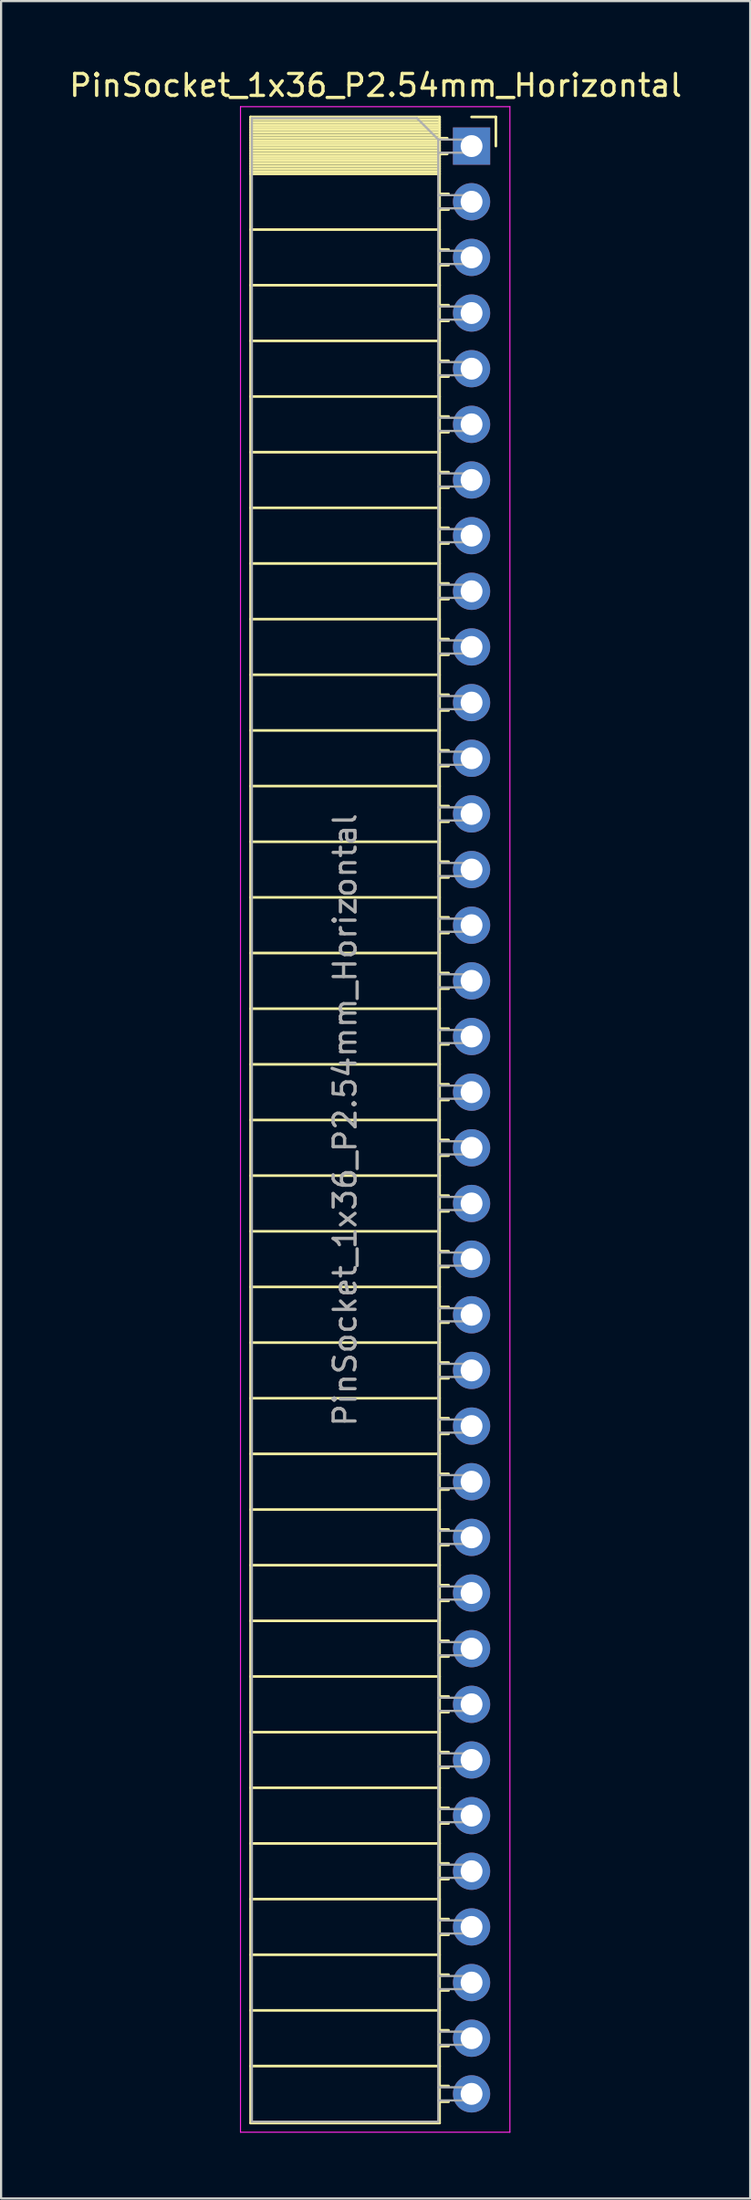
<source format=kicad_pcb>
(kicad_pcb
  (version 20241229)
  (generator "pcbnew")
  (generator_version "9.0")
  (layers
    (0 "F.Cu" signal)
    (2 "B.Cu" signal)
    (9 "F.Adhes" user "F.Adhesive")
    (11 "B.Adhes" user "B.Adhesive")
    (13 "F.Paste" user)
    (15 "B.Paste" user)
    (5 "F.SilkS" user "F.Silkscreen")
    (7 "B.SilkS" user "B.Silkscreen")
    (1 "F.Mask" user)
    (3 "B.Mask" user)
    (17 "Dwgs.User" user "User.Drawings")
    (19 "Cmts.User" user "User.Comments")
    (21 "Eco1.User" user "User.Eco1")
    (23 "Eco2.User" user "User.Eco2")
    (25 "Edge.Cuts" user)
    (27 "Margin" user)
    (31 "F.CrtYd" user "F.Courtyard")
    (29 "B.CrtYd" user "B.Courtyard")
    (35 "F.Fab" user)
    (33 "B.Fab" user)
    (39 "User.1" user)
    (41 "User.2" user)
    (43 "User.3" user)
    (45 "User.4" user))
  (footprint "PinSocket_1x36_P2.54mm_Horizontal"
    (layer "F.Cu")
    (at 18.481 3.618)
    (property "Reference" "PinSocket_1x36_P2.54mm_Horizontal" (at -4.38 -2.77 0) (layer "F.SilkS") (effects (font (size 1 1) (thickness 0.15))))
    (attr through_hole)
    (fp_line (start -10.09 -1.33) (end -10.09 90.23) (stroke (width 0.12) (type solid)) (layer "F.SilkS"))
    (fp_line (start -10.09 -1.33) (end -1.46 -1.33) (stroke (width 0.12) (type solid)) (layer "F.SilkS"))
    (fp_line (start -10.09 -1.21) (end -1.46 -1.21) (stroke (width 0.12) (type solid)) (layer "F.SilkS"))
    (fp_line (start -10.09 -1.092) (end -1.46 -1.092) (stroke (width 0.12) (type solid)) (layer "F.SilkS"))
    (fp_line (start -10.09 -0.974) (end -1.46 -0.974) (stroke (width 0.12) (type solid)) (layer "F.SilkS"))
    (fp_line (start -10.09 -0.856) (end -1.46 -0.856) (stroke (width 0.12) (type solid)) (layer "F.SilkS"))
    (fp_line (start -10.09 -0.738) (end -1.46 -0.738) (stroke (width 0.12) (type solid)) (layer "F.SilkS"))
    (fp_line (start -10.09 -0.62) (end -1.46 -0.62) (stroke (width 0.12) (type solid)) (layer "F.SilkS"))
    (fp_line (start -10.09 -0.501) (end -1.46 -0.501) (stroke (width 0.12) (type solid)) (layer "F.SilkS"))
    (fp_line (start -10.09 -0.383) (end -1.46 -0.383) (stroke (width 0.12) (type solid)) (layer "F.SilkS"))
    (fp_line (start -10.09 -0.265) (end -1.46 -0.265) (stroke (width 0.12) (type solid)) (layer "F.SilkS"))
    (fp_line (start -10.09 -0.147) (end -1.46 -0.147) (stroke (width 0.12) (type solid)) (layer "F.SilkS"))
    (fp_line (start -10.09 -0.029) (end -1.46 -0.029) (stroke (width 0.12) (type solid)) (layer "F.SilkS"))
    (fp_line (start -10.09 0.089) (end -1.46 0.089) (stroke (width 0.12) (type solid)) (layer "F.SilkS"))
    (fp_line (start -10.09 0.207) (end -1.46 0.207) (stroke (width 0.12) (type solid)) (layer "F.SilkS"))
    (fp_line (start -10.09 0.325) (end -1.46 0.325) (stroke (width 0.12) (type solid)) (layer "F.SilkS"))
    (fp_line (start -10.09 0.443) (end -1.46 0.443) (stroke (width 0.12) (type solid)) (layer "F.SilkS"))
    (fp_line (start -10.09 0.561) (end -1.46 0.561) (stroke (width 0.12) (type solid)) (layer "F.SilkS"))
    (fp_line (start -10.09 0.68) (end -1.46 0.68) (stroke (width 0.12) (type solid)) (layer "F.SilkS"))
    (fp_line (start -10.09 0.798) (end -1.46 0.798) (stroke (width 0.12) (type solid)) (layer "F.SilkS"))
    (fp_line (start -10.09 0.916) (end -1.46 0.916) (stroke (width 0.12) (type solid)) (layer "F.SilkS"))
    (fp_line (start -10.09 1.034) (end -1.46 1.034) (stroke (width 0.12) (type solid)) (layer "F.SilkS"))
    (fp_line (start -10.09 1.152) (end -1.46 1.152) (stroke (width 0.12) (type solid)) (layer "F.SilkS"))
    (fp_line (start -10.09 1.27) (end -1.46 1.27) (stroke (width 0.12) (type solid)) (layer "F.SilkS"))
    (fp_line (start -10.09 3.81) (end -1.46 3.81) (stroke (width 0.12) (type solid)) (layer "F.SilkS"))
    (fp_line (start -10.09 6.35) (end -1.46 6.35) (stroke (width 0.12) (type solid)) (layer "F.SilkS"))
    (fp_line (start -10.09 8.89) (end -1.46 8.89) (stroke (width 0.12) (type solid)) (layer "F.SilkS"))
    (fp_line (start -10.09 11.43) (end -1.46 11.43) (stroke (width 0.12) (type solid)) (layer "F.SilkS"))
    (fp_line (start -10.09 13.97) (end -1.46 13.97) (stroke (width 0.12) (type solid)) (layer "F.SilkS"))
    (fp_line (start -10.09 16.51) (end -1.46 16.51) (stroke (width 0.12) (type solid)) (layer "F.SilkS"))
    (fp_line (start -10.09 19.05) (end -1.46 19.05) (stroke (width 0.12) (type solid)) (layer "F.SilkS"))
    (fp_line (start -10.09 21.59) (end -1.46 21.59) (stroke (width 0.12) (type solid)) (layer "F.SilkS"))
    (fp_line (start -10.09 24.13) (end -1.46 24.13) (stroke (width 0.12) (type solid)) (layer "F.SilkS"))
    (fp_line (start -10.09 26.67) (end -1.46 26.67) (stroke (width 0.12) (type solid)) (layer "F.SilkS"))
    (fp_line (start -10.09 29.21) (end -1.46 29.21) (stroke (width 0.12) (type solid)) (layer "F.SilkS"))
    (fp_line (start -10.09 31.75) (end -1.46 31.75) (stroke (width 0.12) (type solid)) (layer "F.SilkS"))
    (fp_line (start -10.09 34.29) (end -1.46 34.29) (stroke (width 0.12) (type solid)) (layer "F.SilkS"))
    (fp_line (start -10.09 36.83) (end -1.46 36.83) (stroke (width 0.12) (type solid)) (layer "F.SilkS"))
    (fp_line (start -10.09 39.37) (end -1.46 39.37) (stroke (width 0.12) (type solid)) (layer "F.SilkS"))
    (fp_line (start -10.09 41.91) (end -1.46 41.91) (stroke (width 0.12) (type solid)) (layer "F.SilkS"))
    (fp_line (start -10.09 44.45) (end -1.46 44.45) (stroke (width 0.12) (type solid)) (layer "F.SilkS"))
    (fp_line (start -10.09 46.99) (end -1.46 46.99) (stroke (width 0.12) (type solid)) (layer "F.SilkS"))
    (fp_line (start -10.09 49.53) (end -1.46 49.53) (stroke (width 0.12) (type solid)) (layer "F.SilkS"))
    (fp_line (start -10.09 52.07) (end -1.46 52.07) (stroke (width 0.12) (type solid)) (layer "F.SilkS"))
    (fp_line (start -10.09 54.61) (end -1.46 54.61) (stroke (width 0.12) (type solid)) (layer "F.SilkS"))
    (fp_line (start -10.09 57.15) (end -1.46 57.15) (stroke (width 0.12) (type solid)) (layer "F.SilkS"))
    (fp_line (start -10.09 59.69) (end -1.46 59.69) (stroke (width 0.12) (type solid)) (layer "F.SilkS"))
    (fp_line (start -10.09 62.23) (end -1.46 62.23) (stroke (width 0.12) (type solid)) (layer "F.SilkS"))
    (fp_line (start -10.09 64.77) (end -1.46 64.77) (stroke (width 0.12) (type solid)) (layer "F.SilkS"))
    (fp_line (start -10.09 67.31) (end -1.46 67.31) (stroke (width 0.12) (type solid)) (layer "F.SilkS"))
    (fp_line (start -10.09 69.85) (end -1.46 69.85) (stroke (width 0.12) (type solid)) (layer "F.SilkS"))
    (fp_line (start -10.09 72.39) (end -1.46 72.39) (stroke (width 0.12) (type solid)) (layer "F.SilkS"))
    (fp_line (start -10.09 74.93) (end -1.46 74.93) (stroke (width 0.12) (type solid)) (layer "F.SilkS"))
    (fp_line (start -10.09 77.47) (end -1.46 77.47) (stroke (width 0.12) (type solid)) (layer "F.SilkS"))
    (fp_line (start -10.09 80.01) (end -1.46 80.01) (stroke (width 0.12) (type solid)) (layer "F.SilkS"))
    (fp_line (start -10.09 82.55) (end -1.46 82.55) (stroke (width 0.12) (type solid)) (layer "F.SilkS"))
    (fp_line (start -10.09 85.09) (end -1.46 85.09) (stroke (width 0.12) (type solid)) (layer "F.SilkS"))
    (fp_line (start -10.09 87.63) (end -1.46 87.63) (stroke (width 0.12) (type solid)) (layer "F.SilkS"))
    (fp_line (start -10.09 90.23) (end -1.46 90.23) (stroke (width 0.12) (type solid)) (layer "F.SilkS"))
    (fp_line (start -1.46 -1.33) (end -1.46 90.23) (stroke (width 0.12) (type solid)) (layer "F.SilkS"))
    (fp_line (start -1.46 -0.36) (end -1.11 -0.36) (stroke (width 0.12) (type solid)) (layer "F.SilkS"))
    (fp_line (start -1.46 0.36) (end -1.11 0.36) (stroke (width 0.12) (type solid)) (layer "F.SilkS"))
    (fp_line (start -1.46 2.18) (end -1.05 2.18) (stroke (width 0.12) (type solid)) (layer "F.SilkS"))
    (fp_line (start -1.46 2.9) (end -1.05 2.9) (stroke (width 0.12) (type solid)) (layer "F.SilkS"))
    (fp_line (start -1.46 4.72) (end -1.05 4.72) (stroke (width 0.12) (type solid)) (layer "F.SilkS"))
    (fp_line (start -1.46 5.44) (end -1.05 5.44) (stroke (width 0.12) (type solid)) (layer "F.SilkS"))
    (fp_line (start -1.46 7.26) (end -1.05 7.26) (stroke (width 0.12) (type solid)) (layer "F.SilkS"))
    (fp_line (start -1.46 7.98) (end -1.05 7.98) (stroke (width 0.12) (type solid)) (layer "F.SilkS"))
    (fp_line (start -1.46 9.8) (end -1.05 9.8) (stroke (width 0.12) (type solid)) (layer "F.SilkS"))
    (fp_line (start -1.46 10.52) (end -1.05 10.52) (stroke (width 0.12) (type solid)) (layer "F.SilkS"))
    (fp_line (start -1.46 12.34) (end -1.05 12.34) (stroke (width 0.12) (type solid)) (layer "F.SilkS"))
    (fp_line (start -1.46 13.06) (end -1.05 13.06) (stroke (width 0.12) (type solid)) (layer "F.SilkS"))
    (fp_line (start -1.46 14.88) (end -1.05 14.88) (stroke (width 0.12) (type solid)) (layer "F.SilkS"))
    (fp_line (start -1.46 15.6) (end -1.05 15.6) (stroke (width 0.12) (type solid)) (layer "F.SilkS"))
    (fp_line (start -1.46 17.42) (end -1.05 17.42) (stroke (width 0.12) (type solid)) (layer "F.SilkS"))
    (fp_line (start -1.46 18.14) (end -1.05 18.14) (stroke (width 0.12) (type solid)) (layer "F.SilkS"))
    (fp_line (start -1.46 19.96) (end -1.05 19.96) (stroke (width 0.12) (type solid)) (layer "F.SilkS"))
    (fp_line (start -1.46 20.68) (end -1.05 20.68) (stroke (width 0.12) (type solid)) (layer "F.SilkS"))
    (fp_line (start -1.46 22.5) (end -1.05 22.5) (stroke (width 0.12) (type solid)) (layer "F.SilkS"))
    (fp_line (start -1.46 23.22) (end -1.05 23.22) (stroke (width 0.12) (type solid)) (layer "F.SilkS"))
    (fp_line (start -1.46 25.04) (end -1.05 25.04) (stroke (width 0.12) (type solid)) (layer "F.SilkS"))
    (fp_line (start -1.46 25.76) (end -1.05 25.76) (stroke (width 0.12) (type solid)) (layer "F.SilkS"))
    (fp_line (start -1.46 27.58) (end -1.05 27.58) (stroke (width 0.12) (type solid)) (layer "F.SilkS"))
    (fp_line (start -1.46 28.3) (end -1.05 28.3) (stroke (width 0.12) (type solid)) (layer "F.SilkS"))
    (fp_line (start -1.46 30.12) (end -1.05 30.12) (stroke (width 0.12) (type solid)) (layer "F.SilkS"))
    (fp_line (start -1.46 30.84) (end -1.05 30.84) (stroke (width 0.12) (type solid)) (layer "F.SilkS"))
    (fp_line (start -1.46 32.66) (end -1.05 32.66) (stroke (width 0.12) (type solid)) (layer "F.SilkS"))
    (fp_line (start -1.46 33.38) (end -1.05 33.38) (stroke (width 0.12) (type solid)) (layer "F.SilkS"))
    (fp_line (start -1.46 35.2) (end -1.05 35.2) (stroke (width 0.12) (type solid)) (layer "F.SilkS"))
    (fp_line (start -1.46 35.92) (end -1.05 35.92) (stroke (width 0.12) (type solid)) (layer "F.SilkS"))
    (fp_line (start -1.46 37.74) (end -1.05 37.74) (stroke (width 0.12) (type solid)) (layer "F.SilkS"))
    (fp_line (start -1.46 38.46) (end -1.05 38.46) (stroke (width 0.12) (type solid)) (layer "F.SilkS"))
    (fp_line (start -1.46 40.28) (end -1.05 40.28) (stroke (width 0.12) (type solid)) (layer "F.SilkS"))
    (fp_line (start -1.46 41) (end -1.05 41) (stroke (width 0.12) (type solid)) (layer "F.SilkS"))
    (fp_line (start -1.46 42.82) (end -1.05 42.82) (stroke (width 0.12) (type solid)) (layer "F.SilkS"))
    (fp_line (start -1.46 43.54) (end -1.05 43.54) (stroke (width 0.12) (type solid)) (layer "F.SilkS"))
    (fp_line (start -1.46 45.36) (end -1.05 45.36) (stroke (width 0.12) (type solid)) (layer "F.SilkS"))
    (fp_line (start -1.46 46.08) (end -1.05 46.08) (stroke (width 0.12) (type solid)) (layer "F.SilkS"))
    (fp_line (start -1.46 47.9) (end -1.05 47.9) (stroke (width 0.12) (type solid)) (layer "F.SilkS"))
    (fp_line (start -1.46 48.62) (end -1.05 48.62) (stroke (width 0.12) (type solid)) (layer "F.SilkS"))
    (fp_line (start -1.46 50.44) (end -1.05 50.44) (stroke (width 0.12) (type solid)) (layer "F.SilkS"))
    (fp_line (start -1.46 51.16) (end -1.05 51.16) (stroke (width 0.12) (type solid)) (layer "F.SilkS"))
    (fp_line (start -1.46 52.98) (end -1.05 52.98) (stroke (width 0.12) (type solid)) (layer "F.SilkS"))
    (fp_line (start -1.46 53.7) (end -1.05 53.7) (stroke (width 0.12) (type solid)) (layer "F.SilkS"))
    (fp_line (start -1.46 55.52) (end -1.05 55.52) (stroke (width 0.12) (type solid)) (layer "F.SilkS"))
    (fp_line (start -1.46 56.24) (end -1.05 56.24) (stroke (width 0.12) (type solid)) (layer "F.SilkS"))
    (fp_line (start -1.46 58.06) (end -1.05 58.06) (stroke (width 0.12) (type solid)) (layer "F.SilkS"))
    (fp_line (start -1.46 58.78) (end -1.05 58.78) (stroke (width 0.12) (type solid)) (layer "F.SilkS"))
    (fp_line (start -1.46 60.6) (end -1.05 60.6) (stroke (width 0.12) (type solid)) (layer "F.SilkS"))
    (fp_line (start -1.46 61.32) (end -1.05 61.32) (stroke (width 0.12) (type solid)) (layer "F.SilkS"))
    (fp_line (start -1.46 63.14) (end -1.05 63.14) (stroke (width 0.12) (type solid)) (layer "F.SilkS"))
    (fp_line (start -1.46 63.86) (end -1.05 63.86) (stroke (width 0.12) (type solid)) (layer "F.SilkS"))
    (fp_line (start -1.46 65.68) (end -1.05 65.68) (stroke (width 0.12) (type solid)) (layer "F.SilkS"))
    (fp_line (start -1.46 66.4) (end -1.05 66.4) (stroke (width 0.12) (type solid)) (layer "F.SilkS"))
    (fp_line (start -1.46 68.22) (end -1.05 68.22) (stroke (width 0.12) (type solid)) (layer "F.SilkS"))
    (fp_line (start -1.46 68.94) (end -1.05 68.94) (stroke (width 0.12) (type solid)) (layer "F.SilkS"))
    (fp_line (start -1.46 70.76) (end -1.05 70.76) (stroke (width 0.12) (type solid)) (layer "F.SilkS"))
    (fp_line (start -1.46 71.48) (end -1.05 71.48) (stroke (width 0.12) (type solid)) (layer "F.SilkS"))
    (fp_line (start -1.46 73.3) (end -1.05 73.3) (stroke (width 0.12) (type solid)) (layer "F.SilkS"))
    (fp_line (start -1.46 74.02) (end -1.05 74.02) (stroke (width 0.12) (type solid)) (layer "F.SilkS"))
    (fp_line (start -1.46 75.84) (end -1.05 75.84) (stroke (width 0.12) (type solid)) (layer "F.SilkS"))
    (fp_line (start -1.46 76.56) (end -1.05 76.56) (stroke (width 0.12) (type solid)) (layer "F.SilkS"))
    (fp_line (start -1.46 78.38) (end -1.05 78.38) (stroke (width 0.12) (type solid)) (layer "F.SilkS"))
    (fp_line (start -1.46 79.1) (end -1.05 79.1) (stroke (width 0.12) (type solid)) (layer "F.SilkS"))
    (fp_line (start -1.46 80.92) (end -1.05 80.92) (stroke (width 0.12) (type solid)) (layer "F.SilkS"))
    (fp_line (start -1.46 81.64) (end -1.05 81.64) (stroke (width 0.12) (type solid)) (layer "F.SilkS"))
    (fp_line (start -1.46 83.46) (end -1.05 83.46) (stroke (width 0.12) (type solid)) (layer "F.SilkS"))
    (fp_line (start -1.46 84.18) (end -1.05 84.18) (stroke (width 0.12) (type solid)) (layer "F.SilkS"))
    (fp_line (start -1.46 86) (end -1.05 86) (stroke (width 0.12) (type solid)) (layer "F.SilkS"))
    (fp_line (start -1.46 86.72) (end -1.05 86.72) (stroke (width 0.12) (type solid)) (layer "F.SilkS"))
    (fp_line (start -1.46 88.54) (end -1.05 88.54) (stroke (width 0.12) (type solid)) (layer "F.SilkS"))
    (fp_line (start -1.46 89.26) (end -1.05 89.26) (stroke (width 0.12) (type solid)) (layer "F.SilkS"))
    (fp_line (start 0 -1.33) (end 1.11 -1.33) (stroke (width 0.12) (type solid)) (layer "F.SilkS"))
    (fp_line (start 1.11 -1.33) (end 1.11 0) (stroke (width 0.12) (type solid)) (layer "F.SilkS"))
    (fp_line (start -10.55 -1.8) (end -10.55 90.65) (stroke (width 0.05) (type solid)) (layer "F.CrtYd"))
    (fp_line (start -10.55 90.65) (end 1.75 90.65) (stroke (width 0.05) (type solid)) (layer "F.CrtYd"))
    (fp_line (start 1.75 -1.8) (end -10.55 -1.8) (stroke (width 0.05) (type solid)) (layer "F.CrtYd"))
    (fp_line (start 1.75 90.65) (end 1.75 -1.8) (stroke (width 0.05) (type solid)) (layer "F.CrtYd"))
    (fp_line (start -10.03 -1.27) (end -2.49 -1.27) (stroke (width 0.1) (type solid)) (layer "F.Fab"))
    (fp_line (start -10.03 90.17) (end -10.03 -1.27) (stroke (width 0.1) (type solid)) (layer "F.Fab"))
    (fp_line (start -2.49 -1.27) (end -1.52 -0.3) (stroke (width 0.1) (type solid)) (layer "F.Fab"))
    (fp_line (start -1.52 -0.3) (end -1.52 90.17) (stroke (width 0.1) (type solid)) (layer "F.Fab"))
    (fp_line (start -1.52 0.3) (end 0 0.3) (stroke (width 0.1) (type solid)) (layer "F.Fab"))
    (fp_line (start -1.52 2.84) (end 0 2.84) (stroke (width 0.1) (type solid)) (layer "F.Fab"))
    (fp_line (start -1.52 5.38) (end 0 5.38) (stroke (width 0.1) (type solid)) (layer "F.Fab"))
    (fp_line (start -1.52 7.92) (end 0 7.92) (stroke (width 0.1) (type solid)) (layer "F.Fab"))
    (fp_line (start -1.52 10.46) (end 0 10.46) (stroke (width 0.1) (type solid)) (layer "F.Fab"))
    (fp_line (start -1.52 13) (end 0 13) (stroke (width 0.1) (type solid)) (layer "F.Fab"))
    (fp_line (start -1.52 15.54) (end 0 15.54) (stroke (width 0.1) (type solid)) (layer "F.Fab"))
    (fp_line (start -1.52 18.08) (end 0 18.08) (stroke (width 0.1) (type solid)) (layer "F.Fab"))
    (fp_line (start -1.52 20.62) (end 0 20.62) (stroke (width 0.1) (type solid)) (layer "F.Fab"))
    (fp_line (start -1.52 23.16) (end 0 23.16) (stroke (width 0.1) (type solid)) (layer "F.Fab"))
    (fp_line (start -1.52 25.7) (end 0 25.7) (stroke (width 0.1) (type solid)) (layer "F.Fab"))
    (fp_line (start -1.52 28.24) (end 0 28.24) (stroke (width 0.1) (type solid)) (layer "F.Fab"))
    (fp_line (start -1.52 30.78) (end 0 30.78) (stroke (width 0.1) (type solid)) (layer "F.Fab"))
    (fp_line (start -1.52 33.32) (end 0 33.32) (stroke (width 0.1) (type solid)) (layer "F.Fab"))
    (fp_line (start -1.52 35.86) (end 0 35.86) (stroke (width 0.1) (type solid)) (layer "F.Fab"))
    (fp_line (start -1.52 38.4) (end 0 38.4) (stroke (width 0.1) (type solid)) (layer "F.Fab"))
    (fp_line (start -1.52 40.94) (end 0 40.94) (stroke (width 0.1) (type solid)) (layer "F.Fab"))
    (fp_line (start -1.52 43.48) (end 0 43.48) (stroke (width 0.1) (type solid)) (layer "F.Fab"))
    (fp_line (start -1.52 46.02) (end 0 46.02) (stroke (width 0.1) (type solid)) (layer "F.Fab"))
    (fp_line (start -1.52 48.56) (end 0 48.56) (stroke (width 0.1) (type solid)) (layer "F.Fab"))
    (fp_line (start -1.52 51.1) (end 0 51.1) (stroke (width 0.1) (type solid)) (layer "F.Fab"))
    (fp_line (start -1.52 53.64) (end 0 53.64) (stroke (width 0.1) (type solid)) (layer "F.Fab"))
    (fp_line (start -1.52 56.18) (end 0 56.18) (stroke (width 0.1) (type solid)) (layer "F.Fab"))
    (fp_line (start -1.52 58.72) (end 0 58.72) (stroke (width 0.1) (type solid)) (layer "F.Fab"))
    (fp_line (start -1.52 61.26) (end 0 61.26) (stroke (width 0.1) (type solid)) (layer "F.Fab"))
    (fp_line (start -1.52 63.8) (end 0 63.8) (stroke (width 0.1) (type solid)) (layer "F.Fab"))
    (fp_line (start -1.52 66.34) (end 0 66.34) (stroke (width 0.1) (type solid)) (layer "F.Fab"))
    (fp_line (start -1.52 68.88) (end 0 68.88) (stroke (width 0.1) (type solid)) (layer "F.Fab"))
    (fp_line (start -1.52 71.42) (end 0 71.42) (stroke (width 0.1) (type solid)) (layer "F.Fab"))
    (fp_line (start -1.52 73.96) (end 0 73.96) (stroke (width 0.1) (type solid)) (layer "F.Fab"))
    (fp_line (start -1.52 76.5) (end 0 76.5) (stroke (width 0.1) (type solid)) (layer "F.Fab"))
    (fp_line (start -1.52 79.04) (end 0 79.04) (stroke (width 0.1) (type solid)) (layer "F.Fab"))
    (fp_line (start -1.52 81.58) (end 0 81.58) (stroke (width 0.1) (type solid)) (layer "F.Fab"))
    (fp_line (start -1.52 84.12) (end 0 84.12) (stroke (width 0.1) (type solid)) (layer "F.Fab"))
    (fp_line (start -1.52 86.66) (end 0 86.66) (stroke (width 0.1) (type solid)) (layer "F.Fab"))
    (fp_line (start -1.52 89.2) (end 0 89.2) (stroke (width 0.1) (type solid)) (layer "F.Fab"))
    (fp_line (start -1.52 90.17) (end -10.03 90.17) (stroke (width 0.1) (type solid)) (layer "F.Fab"))
    (fp_line (start 0 -0.3) (end -1.52 -0.3) (stroke (width 0.1) (type solid)) (layer "F.Fab"))
    (fp_line (start 0 0.3) (end 0 -0.3) (stroke (width 0.1) (type solid)) (layer "F.Fab"))
    (fp_line (start 0 2.24) (end -1.52 2.24) (stroke (width 0.1) (type solid)) (layer "F.Fab"))
    (fp_line (start 0 2.84) (end 0 2.24) (stroke (width 0.1) (type solid)) (layer "F.Fab"))
    (fp_line (start 0 4.78) (end -1.52 4.78) (stroke (width 0.1) (type solid)) (layer "F.Fab"))
    (fp_line (start 0 5.38) (end 0 4.78) (stroke (width 0.1) (type solid)) (layer "F.Fab"))
    (fp_line (start 0 7.32) (end -1.52 7.32) (stroke (width 0.1) (type solid)) (layer "F.Fab"))
    (fp_line (start 0 7.92) (end 0 7.32) (stroke (width 0.1) (type solid)) (layer "F.Fab"))
    (fp_line (start 0 9.86) (end -1.52 9.86) (stroke (width 0.1) (type solid)) (layer "F.Fab"))
    (fp_line (start 0 10.46) (end 0 9.86) (stroke (width 0.1) (type solid)) (layer "F.Fab"))
    (fp_line (start 0 12.4) (end -1.52 12.4) (stroke (width 0.1) (type solid)) (layer "F.Fab"))
    (fp_line (start 0 13) (end 0 12.4) (stroke (width 0.1) (type solid)) (layer "F.Fab"))
    (fp_line (start 0 14.94) (end -1.52 14.94) (stroke (width 0.1) (type solid)) (layer "F.Fab"))
    (fp_line (start 0 15.54) (end 0 14.94) (stroke (width 0.1) (type solid)) (layer "F.Fab"))
    (fp_line (start 0 17.48) (end -1.52 17.48) (stroke (width 0.1) (type solid)) (layer "F.Fab"))
    (fp_line (start 0 18.08) (end 0 17.48) (stroke (width 0.1) (type solid)) (layer "F.Fab"))
    (fp_line (start 0 20.02) (end -1.52 20.02) (stroke (width 0.1) (type solid)) (layer "F.Fab"))
    (fp_line (start 0 20.62) (end 0 20.02) (stroke (width 0.1) (type solid)) (layer "F.Fab"))
    (fp_line (start 0 22.56) (end -1.52 22.56) (stroke (width 0.1) (type solid)) (layer "F.Fab"))
    (fp_line (start 0 23.16) (end 0 22.56) (stroke (width 0.1) (type solid)) (layer "F.Fab"))
    (fp_line (start 0 25.1) (end -1.52 25.1) (stroke (width 0.1) (type solid)) (layer "F.Fab"))
    (fp_line (start 0 25.7) (end 0 25.1) (stroke (width 0.1) (type solid)) (layer "F.Fab"))
    (fp_line (start 0 27.64) (end -1.52 27.64) (stroke (width 0.1) (type solid)) (layer "F.Fab"))
    (fp_line (start 0 28.24) (end 0 27.64) (stroke (width 0.1) (type solid)) (layer "F.Fab"))
    (fp_line (start 0 30.18) (end -1.52 30.18) (stroke (width 0.1) (type solid)) (layer "F.Fab"))
    (fp_line (start 0 30.78) (end 0 30.18) (stroke (width 0.1) (type solid)) (layer "F.Fab"))
    (fp_line (start 0 32.72) (end -1.52 32.72) (stroke (width 0.1) (type solid)) (layer "F.Fab"))
    (fp_line (start 0 33.32) (end 0 32.72) (stroke (width 0.1) (type solid)) (layer "F.Fab"))
    (fp_line (start 0 35.26) (end -1.52 35.26) (stroke (width 0.1) (type solid)) (layer "F.Fab"))
    (fp_line (start 0 35.86) (end 0 35.26) (stroke (width 0.1) (type solid)) (layer "F.Fab"))
    (fp_line (start 0 37.8) (end -1.52 37.8) (stroke (width 0.1) (type solid)) (layer "F.Fab"))
    (fp_line (start 0 38.4) (end 0 37.8) (stroke (width 0.1) (type solid)) (layer "F.Fab"))
    (fp_line (start 0 40.34) (end -1.52 40.34) (stroke (width 0.1) (type solid)) (layer "F.Fab"))
    (fp_line (start 0 40.94) (end 0 40.34) (stroke (width 0.1) (type solid)) (layer "F.Fab"))
    (fp_line (start 0 42.88) (end -1.52 42.88) (stroke (width 0.1) (type solid)) (layer "F.Fab"))
    (fp_line (start 0 43.48) (end 0 42.88) (stroke (width 0.1) (type solid)) (layer "F.Fab"))
    (fp_line (start 0 45.42) (end -1.52 45.42) (stroke (width 0.1) (type solid)) (layer "F.Fab"))
    (fp_line (start 0 46.02) (end 0 45.42) (stroke (width 0.1) (type solid)) (layer "F.Fab"))
    (fp_line (start 0 47.96) (end -1.52 47.96) (stroke (width 0.1) (type solid)) (layer "F.Fab"))
    (fp_line (start 0 48.56) (end 0 47.96) (stroke (width 0.1) (type solid)) (layer "F.Fab"))
    (fp_line (start 0 50.5) (end -1.52 50.5) (stroke (width 0.1) (type solid)) (layer "F.Fab"))
    (fp_line (start 0 51.1) (end 0 50.5) (stroke (width 0.1) (type solid)) (layer "F.Fab"))
    (fp_line (start 0 53.04) (end -1.52 53.04) (stroke (width 0.1) (type solid)) (layer "F.Fab"))
    (fp_line (start 0 53.64) (end 0 53.04) (stroke (width 0.1) (type solid)) (layer "F.Fab"))
    (fp_line (start 0 55.58) (end -1.52 55.58) (stroke (width 0.1) (type solid)) (layer "F.Fab"))
    (fp_line (start 0 56.18) (end 0 55.58) (stroke (width 0.1) (type solid)) (layer "F.Fab"))
    (fp_line (start 0 58.12) (end -1.52 58.12) (stroke (width 0.1) (type solid)) (layer "F.Fab"))
    (fp_line (start 0 58.72) (end 0 58.12) (stroke (width 0.1) (type solid)) (layer "F.Fab"))
    (fp_line (start 0 60.66) (end -1.52 60.66) (stroke (width 0.1) (type solid)) (layer "F.Fab"))
    (fp_line (start 0 61.26) (end 0 60.66) (stroke (width 0.1) (type solid)) (layer "F.Fab"))
    (fp_line (start 0 63.2) (end -1.52 63.2) (stroke (width 0.1) (type solid)) (layer "F.Fab"))
    (fp_line (start 0 63.8) (end 0 63.2) (stroke (width 0.1) (type solid)) (layer "F.Fab"))
    (fp_line (start 0 65.74) (end -1.52 65.74) (stroke (width 0.1) (type solid)) (layer "F.Fab"))
    (fp_line (start 0 66.34) (end 0 65.74) (stroke (width 0.1) (type solid)) (layer "F.Fab"))
    (fp_line (start 0 68.28) (end -1.52 68.28) (stroke (width 0.1) (type solid)) (layer "F.Fab"))
    (fp_line (start 0 68.88) (end 0 68.28) (stroke (width 0.1) (type solid)) (layer "F.Fab"))
    (fp_line (start 0 70.82) (end -1.52 70.82) (stroke (width 0.1) (type solid)) (layer "F.Fab"))
    (fp_line (start 0 71.42) (end 0 70.82) (stroke (width 0.1) (type solid)) (layer "F.Fab"))
    (fp_line (start 0 73.36) (end -1.52 73.36) (stroke (width 0.1) (type solid)) (layer "F.Fab"))
    (fp_line (start 0 73.96) (end 0 73.36) (stroke (width 0.1) (type solid)) (layer "F.Fab"))
    (fp_line (start 0 75.9) (end -1.52 75.9) (stroke (width 0.1) (type solid)) (layer "F.Fab"))
    (fp_line (start 0 76.5) (end 0 75.9) (stroke (width 0.1) (type solid)) (layer "F.Fab"))
    (fp_line (start 0 78.44) (end -1.52 78.44) (stroke (width 0.1) (type solid)) (layer "F.Fab"))
    (fp_line (start 0 79.04) (end 0 78.44) (stroke (width 0.1) (type solid)) (layer "F.Fab"))
    (fp_line (start 0 80.98) (end -1.52 80.98) (stroke (width 0.1) (type solid)) (layer "F.Fab"))
    (fp_line (start 0 81.58) (end 0 80.98) (stroke (width 0.1) (type solid)) (layer "F.Fab"))
    (fp_line (start 0 83.52) (end -1.52 83.52) (stroke (width 0.1) (type solid)) (layer "F.Fab"))
    (fp_line (start 0 84.12) (end 0 83.52) (stroke (width 0.1) (type solid)) (layer "F.Fab"))
    (fp_line (start 0 86.06) (end -1.52 86.06) (stroke (width 0.1) (type solid)) (layer "F.Fab"))
    (fp_line (start 0 86.66) (end 0 86.06) (stroke (width 0.1) (type solid)) (layer "F.Fab"))
    (fp_line (start 0 88.6) (end -1.52 88.6) (stroke (width 0.1) (type solid)) (layer "F.Fab"))
    (fp_line (start 0 89.2) (end 0 88.6) (stroke (width 0.1) (type solid)) (layer "F.Fab"))
    (fp_text user "${REFERENCE}" (at -5.775 44.45 90) (layer "F.Fab") (effects (font (size 1 1) (thickness 0.15))))
    (pad "1" thru_hole rect (at 0 0) (size 1.7 1.7) (drill 1) (layers "*.Cu" "*.Mask"))
    (pad "2" thru_hole circle (at 0 2.54) (size 1.7 1.7) (drill 1) (layers "*.Cu" "*.Mask"))
    (pad "3" thru_hole circle (at 0 5.08) (size 1.7 1.7) (drill 1) (layers "*.Cu" "*.Mask"))
    (pad "4" thru_hole circle (at 0 7.62) (size 1.7 1.7) (drill 1) (layers "*.Cu" "*.Mask"))
    (pad "5" thru_hole circle (at 0 10.16) (size 1.7 1.7) (drill 1) (layers "*.Cu" "*.Mask"))
    (pad "6" thru_hole circle (at 0 12.7) (size 1.7 1.7) (drill 1) (layers "*.Cu" "*.Mask"))
    (pad "7" thru_hole circle (at 0 15.24) (size 1.7 1.7) (drill 1) (layers "*.Cu" "*.Mask"))
    (pad "8" thru_hole circle (at 0 17.78) (size 1.7 1.7) (drill 1) (layers "*.Cu" "*.Mask"))
    (pad "9" thru_hole circle (at 0 20.32) (size 1.7 1.7) (drill 1) (layers "*.Cu" "*.Mask"))
    (pad "10" thru_hole circle (at 0 22.86) (size 1.7 1.7) (drill 1) (layers "*.Cu" "*.Mask"))
    (pad "11" thru_hole circle (at 0 25.4) (size 1.7 1.7) (drill 1) (layers "*.Cu" "*.Mask"))
    (pad "12" thru_hole circle (at 0 27.94) (size 1.7 1.7) (drill 1) (layers "*.Cu" "*.Mask"))
    (pad "13" thru_hole circle (at 0 30.48) (size 1.7 1.7) (drill 1) (layers "*.Cu" "*.Mask"))
    (pad "14" thru_hole circle (at 0 33.02) (size 1.7 1.7) (drill 1) (layers "*.Cu" "*.Mask"))
    (pad "15" thru_hole circle (at 0 35.56) (size 1.7 1.7) (drill 1) (layers "*.Cu" "*.Mask"))
    (pad "16" thru_hole circle (at 0 38.1) (size 1.7 1.7) (drill 1) (layers "*.Cu" "*.Mask"))
    (pad "17" thru_hole circle (at 0 40.64) (size 1.7 1.7) (drill 1) (layers "*.Cu" "*.Mask"))
    (pad "18" thru_hole circle (at 0 43.18) (size 1.7 1.7) (drill 1) (layers "*.Cu" "*.Mask"))
    (pad "19" thru_hole circle (at 0 45.72) (size 1.7 1.7) (drill 1) (layers "*.Cu" "*.Mask"))
    (pad "20" thru_hole circle (at 0 48.26) (size 1.7 1.7) (drill 1) (layers "*.Cu" "*.Mask"))
    (pad "21" thru_hole circle (at 0 50.8) (size 1.7 1.7) (drill 1) (layers "*.Cu" "*.Mask"))
    (pad "22" thru_hole circle (at 0 53.34) (size 1.7 1.7) (drill 1) (layers "*.Cu" "*.Mask"))
    (pad "23" thru_hole circle (at 0 55.88) (size 1.7 1.7) (drill 1) (layers "*.Cu" "*.Mask"))
    (pad "24" thru_hole circle (at 0 58.42) (size 1.7 1.7) (drill 1) (layers "*.Cu" "*.Mask"))
    (pad "25" thru_hole circle (at 0 60.96) (size 1.7 1.7) (drill 1) (layers "*.Cu" "*.Mask"))
    (pad "26" thru_hole circle (at 0 63.5) (size 1.7 1.7) (drill 1) (layers "*.Cu" "*.Mask"))
    (pad "27" thru_hole circle (at 0 66.04) (size 1.7 1.7) (drill 1) (layers "*.Cu" "*.Mask"))
    (pad "28" thru_hole circle (at 0 68.58) (size 1.7 1.7) (drill 1) (layers "*.Cu" "*.Mask"))
    (pad "29" thru_hole circle (at 0 71.12) (size 1.7 1.7) (drill 1) (layers "*.Cu" "*.Mask"))
    (pad "30" thru_hole circle (at 0 73.66) (size 1.7 1.7) (drill 1) (layers "*.Cu" "*.Mask"))
    (pad "31" thru_hole circle (at 0 76.2) (size 1.7 1.7) (drill 1) (layers "*.Cu" "*.Mask"))
    (pad "32" thru_hole circle (at 0 78.74) (size 1.7 1.7) (drill 1) (layers "*.Cu" "*.Mask"))
    (pad "33" thru_hole circle (at 0 81.28) (size 1.7 1.7) (drill 1) (layers "*.Cu" "*.Mask"))
    (pad "34" thru_hole circle (at 0 83.82) (size 1.7 1.7) (drill 1) (layers "*.Cu" "*.Mask"))
    (pad "35" thru_hole circle (at 0 86.36) (size 1.7 1.7) (drill 1) (layers "*.Cu" "*.Mask"))
    (pad "36" thru_hole circle (at 0 88.9) (size 1.7 1.7) (drill 1) (layers "*.Cu" "*.Mask")))
  (gr_rect
    (start -3 -3)
    (end 31.202 97.293)
    (stroke (width 0.1) (type default))
    (fill no)
    (layer "Edge.Cuts")))
</source>
